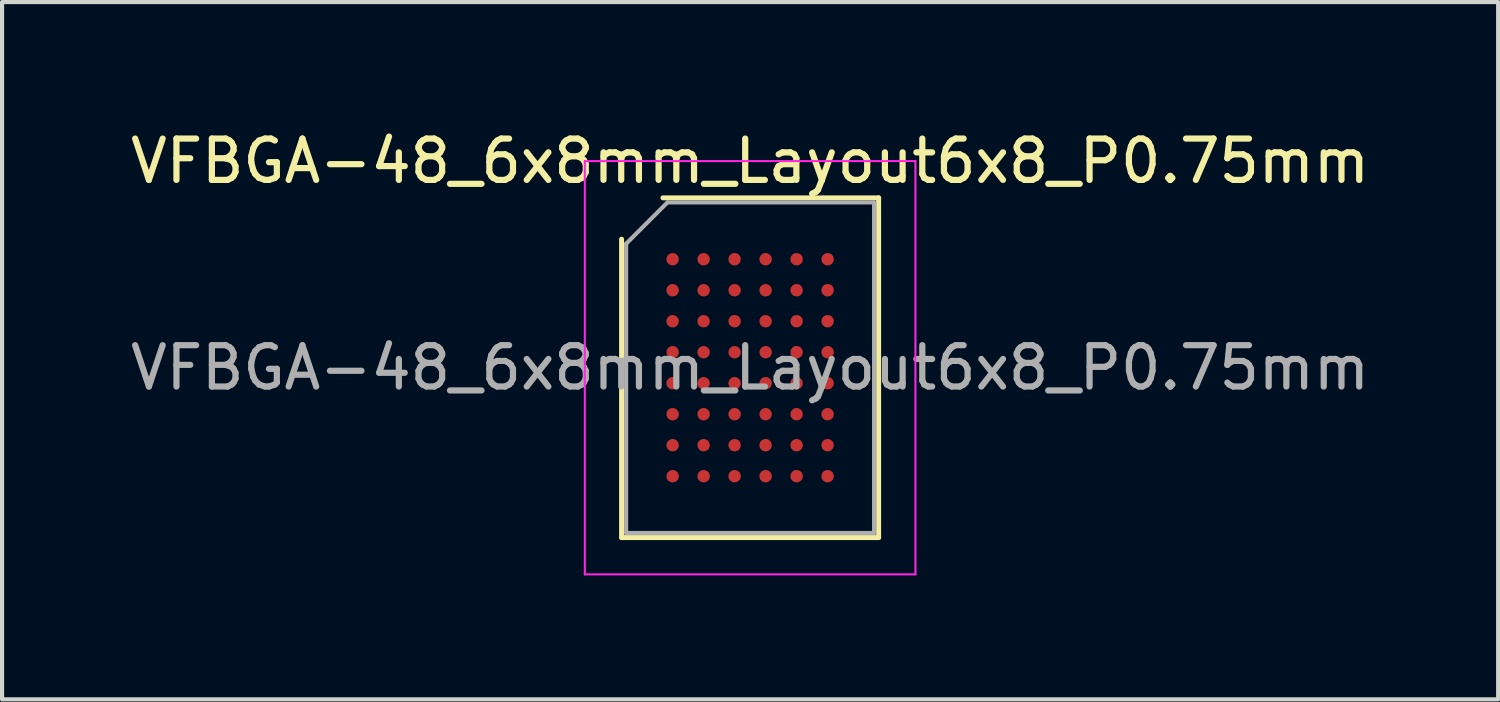
<source format=kicad_pcb>
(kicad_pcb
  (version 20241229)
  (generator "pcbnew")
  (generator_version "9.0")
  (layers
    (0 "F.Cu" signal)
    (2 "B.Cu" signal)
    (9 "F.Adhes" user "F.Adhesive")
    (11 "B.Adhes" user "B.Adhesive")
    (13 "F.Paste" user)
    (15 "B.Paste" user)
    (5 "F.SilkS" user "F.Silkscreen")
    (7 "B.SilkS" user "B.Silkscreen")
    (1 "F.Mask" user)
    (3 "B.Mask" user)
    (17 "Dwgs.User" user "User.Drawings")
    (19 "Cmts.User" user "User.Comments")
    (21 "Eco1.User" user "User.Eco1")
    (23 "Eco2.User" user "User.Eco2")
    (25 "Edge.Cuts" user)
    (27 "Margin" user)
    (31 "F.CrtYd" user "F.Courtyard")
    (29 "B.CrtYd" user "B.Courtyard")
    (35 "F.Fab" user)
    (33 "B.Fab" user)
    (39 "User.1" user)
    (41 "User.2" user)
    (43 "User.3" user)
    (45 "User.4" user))
  (footprint "VFBGA-48_6x8mm_Layout6x8_P0.75mm"
    (layer "F.Cu")
    (at 15.101 5.848)
    (property "Reference" "VFBGA-48_6x8mm_Layout6x8_P0.75mm" (at 0 -5 0) (layer "F.SilkS") (effects (font (size 1 1) (thickness 0.15))))
    (attr smd)
    (fp_line (start -3.11 4.11) (end -3.11 -3.11) (stroke (width 0.12) (type solid)) (layer "F.SilkS"))
    (fp_line (start -2.11 -4.11) (end 3.11 -4.11) (stroke (width 0.12) (type solid)) (layer "F.SilkS"))
    (fp_line (start 3.11 -4.11) (end 3.11 4.11) (stroke (width 0.12) (type solid)) (layer "F.SilkS"))
    (fp_line (start 3.11 4.11) (end -3.11 4.11) (stroke (width 0.12) (type solid)) (layer "F.SilkS"))
    (fp_line (start -4 -5) (end -4 5) (stroke (width 0.05) (type solid)) (layer "F.CrtYd"))
    (fp_line (start -4 5) (end 4 5) (stroke (width 0.05) (type solid)) (layer "F.CrtYd"))
    (fp_line (start 4 -5) (end -4 -5) (stroke (width 0.05) (type solid)) (layer "F.CrtYd"))
    (fp_line (start 4 5) (end 4 -5) (stroke (width 0.05) (type solid)) (layer "F.CrtYd"))
    (fp_line (start -3 -3) (end -2 -4) (stroke (width 0.1) (type solid)) (layer "F.Fab"))
    (fp_line (start -3 4) (end -3 -3) (stroke (width 0.1) (type solid)) (layer "F.Fab"))
    (fp_line (start -2 -4) (end 3 -4) (stroke (width 0.1) (type solid)) (layer "F.Fab"))
    (fp_line (start 3 -4) (end 3 4) (stroke (width 0.1) (type solid)) (layer "F.Fab"))
    (fp_line (start 3 4) (end -3 4) (stroke (width 0.1) (type solid)) (layer "F.Fab"))
    (fp_text user "${REFERENCE}" (at 0 0 0) (layer "F.Fab") (effects (font (size 1 1) (thickness 0.15))))
    (pad "A1" smd circle (at -1.875 -2.625) (size 0.3 0.3) (layers "F.Cu" "F.Mask" "F.Paste"))
    (pad "A2" smd circle (at -1.125 -2.625) (size 0.3 0.3) (layers "F.Cu" "F.Mask" "F.Paste"))
    (pad "A3" smd circle (at -0.375 -2.625) (size 0.3 0.3) (layers "F.Cu" "F.Mask" "F.Paste"))
    (pad "A4" smd circle (at 0.375 -2.625) (size 0.3 0.3) (layers "F.Cu" "F.Mask" "F.Paste"))
    (pad "A5" smd circle (at 1.125 -2.625) (size 0.3 0.3) (layers "F.Cu" "F.Mask" "F.Paste"))
    (pad "A6" smd circle (at 1.875 -2.625) (size 0.3 0.3) (layers "F.Cu" "F.Mask" "F.Paste"))
    (pad "B1" smd circle (at -1.875 -1.875) (size 0.3 0.3) (layers "F.Cu" "F.Mask" "F.Paste"))
    (pad "B2" smd circle (at -1.125 -1.875) (size 0.3 0.3) (layers "F.Cu" "F.Mask" "F.Paste"))
    (pad "B3" smd circle (at -0.375 -1.875) (size 0.3 0.3) (layers "F.Cu" "F.Mask" "F.Paste"))
    (pad "B4" smd circle (at 0.375 -1.875) (size 0.3 0.3) (layers "F.Cu" "F.Mask" "F.Paste"))
    (pad "B5" smd circle (at 1.125 -1.875) (size 0.3 0.3) (layers "F.Cu" "F.Mask" "F.Paste"))
    (pad "B6" smd circle (at 1.875 -1.875) (size 0.3 0.3) (layers "F.Cu" "F.Mask" "F.Paste"))
    (pad "C1" smd circle (at -1.875 -1.125) (size 0.3 0.3) (layers "F.Cu" "F.Mask" "F.Paste"))
    (pad "C2" smd circle (at -1.125 -1.125) (size 0.3 0.3) (layers "F.Cu" "F.Mask" "F.Paste"))
    (pad "C3" smd circle (at -0.375 -1.125) (size 0.3 0.3) (layers "F.Cu" "F.Mask" "F.Paste"))
    (pad "C4" smd circle (at 0.375 -1.125) (size 0.3 0.3) (layers "F.Cu" "F.Mask" "F.Paste"))
    (pad "C5" smd circle (at 1.125 -1.125) (size 0.3 0.3) (layers "F.Cu" "F.Mask" "F.Paste"))
    (pad "C6" smd circle (at 1.875 -1.125) (size 0.3 0.3) (layers "F.Cu" "F.Mask" "F.Paste"))
    (pad "D1" smd circle (at -1.875 -0.375) (size 0.3 0.3) (layers "F.Cu" "F.Mask" "F.Paste"))
    (pad "D2" smd circle (at -1.125 -0.375) (size 0.3 0.3) (layers "F.Cu" "F.Mask" "F.Paste"))
    (pad "D3" smd circle (at -0.375 -0.375) (size 0.3 0.3) (layers "F.Cu" "F.Mask" "F.Paste"))
    (pad "D4" smd circle (at 0.375 -0.375) (size 0.3 0.3) (layers "F.Cu" "F.Mask" "F.Paste"))
    (pad "D5" smd circle (at 1.125 -0.375) (size 0.3 0.3) (layers "F.Cu" "F.Mask" "F.Paste"))
    (pad "D6" smd circle (at 1.875 -0.375) (size 0.3 0.3) (layers "F.Cu" "F.Mask" "F.Paste"))
    (pad "E1" smd circle (at -1.875 0.375) (size 0.3 0.3) (layers "F.Cu" "F.Mask" "F.Paste"))
    (pad "E2" smd circle (at -1.125 0.375) (size 0.3 0.3) (layers "F.Cu" "F.Mask" "F.Paste"))
    (pad "E3" smd circle (at -0.375 0.375) (size 0.3 0.3) (layers "F.Cu" "F.Mask" "F.Paste"))
    (pad "E4" smd circle (at 0.375 0.375) (size 0.3 0.3) (layers "F.Cu" "F.Mask" "F.Paste"))
    (pad "E5" smd circle (at 1.125 0.375) (size 0.3 0.3) (layers "F.Cu" "F.Mask" "F.Paste"))
    (pad "E6" smd circle (at 1.875 0.375) (size 0.3 0.3) (layers "F.Cu" "F.Mask" "F.Paste"))
    (pad "F1" smd circle (at -1.875 1.125) (size 0.3 0.3) (layers "F.Cu" "F.Mask" "F.Paste"))
    (pad "F2" smd circle (at -1.125 1.125) (size 0.3 0.3) (layers "F.Cu" "F.Mask" "F.Paste"))
    (pad "F3" smd circle (at -0.375 1.125) (size 0.3 0.3) (layers "F.Cu" "F.Mask" "F.Paste"))
    (pad "F4" smd circle (at 0.375 1.125) (size 0.3 0.3) (layers "F.Cu" "F.Mask" "F.Paste"))
    (pad "F5" smd circle (at 1.125 1.125) (size 0.3 0.3) (layers "F.Cu" "F.Mask" "F.Paste"))
    (pad "F6" smd circle (at 1.875 1.125) (size 0.3 0.3) (layers "F.Cu" "F.Mask" "F.Paste"))
    (pad "G1" smd circle (at -1.875 1.875) (size 0.3 0.3) (layers "F.Cu" "F.Mask" "F.Paste"))
    (pad "G2" smd circle (at -1.125 1.875) (size 0.3 0.3) (layers "F.Cu" "F.Mask" "F.Paste"))
    (pad "G3" smd circle (at -0.375 1.875) (size 0.3 0.3) (layers "F.Cu" "F.Mask" "F.Paste"))
    (pad "G4" smd circle (at 0.375 1.875) (size 0.3 0.3) (layers "F.Cu" "F.Mask" "F.Paste"))
    (pad "G5" smd circle (at 1.125 1.875) (size 0.3 0.3) (layers "F.Cu" "F.Mask" "F.Paste"))
    (pad "G6" smd circle (at 1.875 1.875) (size 0.3 0.3) (layers "F.Cu" "F.Mask" "F.Paste"))
    (pad "H1" smd circle (at -1.875 2.625) (size 0.3 0.3) (layers "F.Cu" "F.Mask" "F.Paste"))
    (pad "H2" smd circle (at -1.125 2.625) (size 0.3 0.3) (layers "F.Cu" "F.Mask" "F.Paste"))
    (pad "H3" smd circle (at -0.375 2.625) (size 0.3 0.3) (layers "F.Cu" "F.Mask" "F.Paste"))
    (pad "H4" smd circle (at 0.375 2.625) (size 0.3 0.3) (layers "F.Cu" "F.Mask" "F.Paste"))
    (pad "H5" smd circle (at 1.125 2.625) (size 0.3 0.3) (layers "F.Cu" "F.Mask" "F.Paste"))
    (pad "H6" smd circle (at 1.875 2.625) (size 0.3 0.3) (layers "F.Cu" "F.Mask" "F.Paste")))
  (gr_rect
    (start -3 -3)
    (end 33.202 13.873)
    (stroke (width 0.1) (type default))
    (fill no)
    (layer "Edge.Cuts")))
</source>
